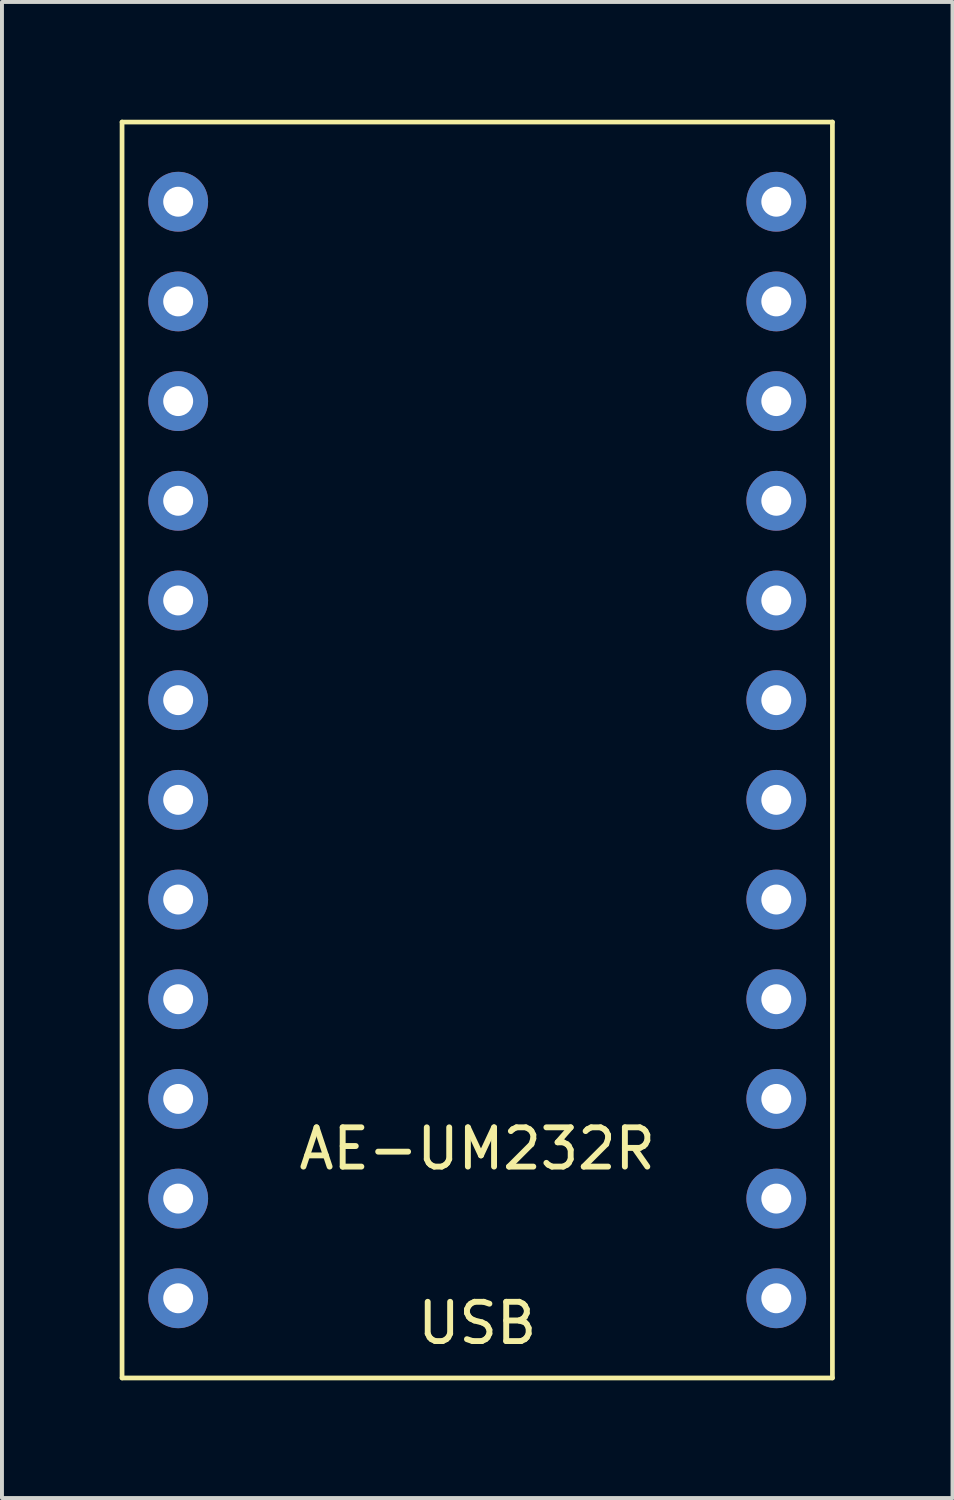
<source format=kicad_pcb>
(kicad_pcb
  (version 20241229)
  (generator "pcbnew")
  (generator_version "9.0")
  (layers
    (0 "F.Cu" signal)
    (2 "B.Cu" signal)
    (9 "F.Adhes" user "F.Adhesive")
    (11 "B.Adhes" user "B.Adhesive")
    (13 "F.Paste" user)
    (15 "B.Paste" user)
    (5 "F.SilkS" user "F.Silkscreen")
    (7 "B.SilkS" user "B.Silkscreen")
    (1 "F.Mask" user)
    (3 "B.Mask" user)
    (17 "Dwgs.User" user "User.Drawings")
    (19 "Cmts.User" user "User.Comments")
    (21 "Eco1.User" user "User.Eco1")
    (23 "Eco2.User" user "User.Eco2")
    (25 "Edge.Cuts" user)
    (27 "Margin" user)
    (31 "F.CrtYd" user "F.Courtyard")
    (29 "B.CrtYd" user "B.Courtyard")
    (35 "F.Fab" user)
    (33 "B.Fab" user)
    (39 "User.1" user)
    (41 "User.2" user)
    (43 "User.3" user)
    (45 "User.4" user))
  (footprint "AE-UM232R"
    (layer "F.Cu")
    (at 9.11 16.06)
    (property "Reference" "AE-UM232R" (at 0 10.16 0) (layer "F.SilkS") (effects (font (size 1 1) (thickness 0.15))))
    (attr through_hole)
    (fp_line (start -9.05 -16) (end 9.05 -16) (stroke (width 0.12) (type solid)) (layer "F.SilkS"))
    (fp_line (start -9.05 16) (end -9.05 -16) (stroke (width 0.12) (type solid)) (layer "F.SilkS"))
    (fp_line (start 9.05 -16) (end 9.05 16) (stroke (width 0.12) (type solid)) (layer "F.SilkS"))
    (fp_line (start 9.05 16) (end -9.05 16) (stroke (width 0.12) (type solid)) (layer "F.SilkS"))
    (fp_text user "USB" (at 0 14.605 0) (layer "F.SilkS") (effects (font (size 1 1) (thickness 0.15))))
    (pad "1" thru_hole circle (at -7.62 -13.97) (size 1.524 1.524) (drill 0.762) (layers "*.Cu" "*.Mask"))
    (pad "2" thru_hole circle (at -7.62 -11.43) (size 1.524 1.524) (drill 0.762) (layers "*.Cu" "*.Mask"))
    (pad "3" thru_hole circle (at -7.62 -8.89) (size 1.524 1.524) (drill 0.762) (layers "*.Cu" "*.Mask"))
    (pad "4" thru_hole circle (at -7.62 -6.35) (size 1.524 1.524) (drill 0.762) (layers "*.Cu" "*.Mask"))
    (pad "5" thru_hole circle (at -7.62 -3.81) (size 1.524 1.524) (drill 0.762) (layers "*.Cu" "*.Mask"))
    (pad "6" thru_hole circle (at -7.62 -1.27) (size 1.524 1.524) (drill 0.762) (layers "*.Cu" "*.Mask"))
    (pad "7" thru_hole circle (at -7.62 1.27) (size 1.524 1.524) (drill 0.762) (layers "*.Cu" "*.Mask"))
    (pad "8" thru_hole circle (at -7.62 3.81) (size 1.524 1.524) (drill 0.762) (layers "*.Cu" "*.Mask"))
    (pad "9" thru_hole circle (at -7.62 6.35) (size 1.524 1.524) (drill 0.762) (layers "*.Cu" "*.Mask"))
    (pad "10" thru_hole circle (at -7.62 8.89) (size 1.524 1.524) (drill 0.762) (layers "*.Cu" "*.Mask"))
    (pad "11" thru_hole circle (at -7.62 11.43) (size 1.524 1.524) (drill 0.762) (layers "*.Cu" "*.Mask"))
    (pad "12" thru_hole circle (at -7.62 13.97) (size 1.524 1.524) (drill 0.762) (layers "*.Cu" "*.Mask"))
    (pad "13" thru_hole circle (at 7.62 13.97) (size 1.524 1.524) (drill 0.762) (layers "*.Cu" "*.Mask"))
    (pad "14" thru_hole circle (at 7.62 11.43) (size 1.524 1.524) (drill 0.762) (layers "*.Cu" "*.Mask"))
    (pad "15" thru_hole circle (at 7.62 8.89) (size 1.524 1.524) (drill 0.762) (layers "*.Cu" "*.Mask"))
    (pad "16" thru_hole circle (at 7.62 6.35) (size 1.524 1.524) (drill 0.762) (layers "*.Cu" "*.Mask"))
    (pad "17" thru_hole circle (at 7.62 3.81) (size 1.524 1.524) (drill 0.762) (layers "*.Cu" "*.Mask"))
    (pad "18" thru_hole circle (at 7.62 1.27) (size 1.524 1.524) (drill 0.762) (layers "*.Cu" "*.Mask"))
    (pad "19" thru_hole circle (at 7.62 -1.27) (size 1.524 1.524) (drill 0.762) (layers "*.Cu" "*.Mask"))
    (pad "20" thru_hole circle (at 7.62 -3.81) (size 1.524 1.524) (drill 0.762) (layers "*.Cu" "*.Mask"))
    (pad "21" thru_hole circle (at 7.62 -6.35) (size 1.524 1.524) (drill 0.762) (layers "*.Cu" "*.Mask"))
    (pad "22" thru_hole circle (at 7.62 -8.89) (size 1.524 1.524) (drill 0.762) (layers "*.Cu" "*.Mask"))
    (pad "23" thru_hole circle (at 7.62 -11.43) (size 1.524 1.524) (drill 0.762) (layers "*.Cu" "*.Mask"))
    (pad "24" thru_hole circle (at 7.62 -13.97) (size 1.524 1.524) (drill 0.762) (layers "*.Cu" "*.Mask")))
  (gr_rect
    (start -3 -3)
    (end 21.22 35.12)
    (stroke (width 0.1) (type default))
    (fill no)
    (layer "Edge.Cuts")))
</source>
